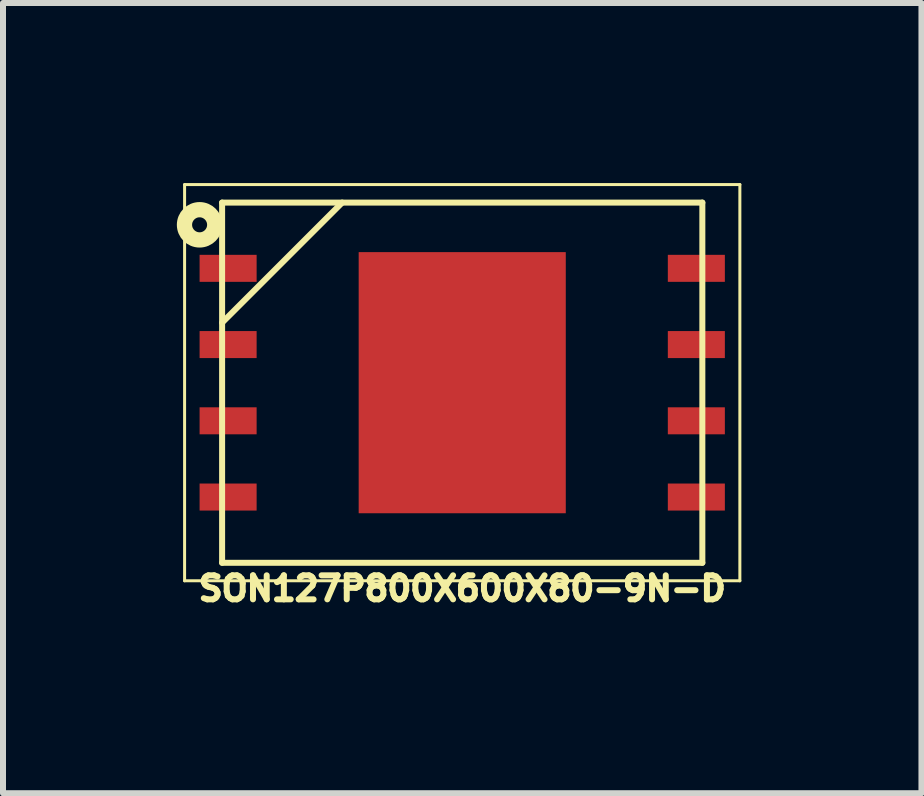
<source format=kicad_pcb>
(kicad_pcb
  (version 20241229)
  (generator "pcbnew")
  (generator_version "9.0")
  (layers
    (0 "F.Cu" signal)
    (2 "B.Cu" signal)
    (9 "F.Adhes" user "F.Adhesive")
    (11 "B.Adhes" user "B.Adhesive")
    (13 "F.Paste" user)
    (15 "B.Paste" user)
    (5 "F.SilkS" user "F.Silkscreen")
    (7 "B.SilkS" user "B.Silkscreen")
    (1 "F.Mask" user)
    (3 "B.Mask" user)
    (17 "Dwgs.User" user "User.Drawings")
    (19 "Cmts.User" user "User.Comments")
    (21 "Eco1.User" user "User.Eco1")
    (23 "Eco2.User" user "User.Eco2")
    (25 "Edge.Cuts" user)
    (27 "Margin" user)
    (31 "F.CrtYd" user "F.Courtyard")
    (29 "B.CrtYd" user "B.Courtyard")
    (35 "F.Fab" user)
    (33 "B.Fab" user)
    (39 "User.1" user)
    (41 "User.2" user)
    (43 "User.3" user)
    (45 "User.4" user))
  (footprint "SON127P800X600X80-9N-D"
    (layer "F.Cu")
    (at 4.65 3.325)
    (property "Reference" "SON127P800X600X80-9N-D" (at 0 3.429 180) (layer "F.SilkS") (effects (font (size 0.4 0.4) (thickness 0.1))))
    (attr smd)
    (fp_line (start -4.625 -3.3) (end 4.625 -3.3) (stroke (width 0.05) (type solid)) (layer "F.SilkS"))
    (fp_line (start -4.625 3.3) (end -4.625 -3.3) (stroke (width 0.05) (type solid)) (layer "F.SilkS"))
    (fp_line (start -4 -3) (end 4 -3) (stroke (width 0.1) (type solid)) (layer "F.SilkS"))
    (fp_line (start -4 -1) (end -2 -3) (stroke (width 0.1) (type solid)) (layer "F.SilkS"))
    (fp_line (start -4 3) (end -4 -3) (stroke (width 0.1) (type solid)) (layer "F.SilkS"))
    (fp_line (start 4 -3) (end 4 3) (stroke (width 0.1) (type solid)) (layer "F.SilkS"))
    (fp_line (start 4 3) (end -4 3) (stroke (width 0.1) (type solid)) (layer "F.SilkS"))
    (fp_line (start 4.625 -3.3) (end 4.625 3.3) (stroke (width 0.05) (type solid)) (layer "F.SilkS"))
    (fp_line (start 4.625 3.3) (end -4.625 3.3) (stroke (width 0.05) (type solid)) (layer "F.SilkS"))
    (fp_circle (center -4.375 -2.63) (end -4.25 -2.63) (stroke (width 0.254) (type solid)) (fill no) (layer "F.SilkS"))
    (pad "1" smd rect (at -3.9 -1.905 90) (size 0.45 0.95) (layers "F.Cu" "F.Mask" "F.Paste"))
    (pad "2" smd rect (at -3.9 -0.635 90) (size 0.45 0.95) (layers "F.Cu" "F.Mask" "F.Paste"))
    (pad "3" smd rect (at -3.9 0.635 90) (size 0.45 0.95) (layers "F.Cu" "F.Mask" "F.Paste"))
    (pad "4" smd rect (at -3.9 1.905 90) (size 0.45 0.95) (layers "F.Cu" "F.Mask" "F.Paste"))
    (pad "5" smd rect (at 3.9 1.905 90) (size 0.45 0.95) (layers "F.Cu" "F.Mask" "F.Paste"))
    (pad "6" smd rect (at 3.9 0.635 90) (size 0.45 0.95) (layers "F.Cu" "F.Mask" "F.Paste"))
    (pad "7" smd rect (at 3.9 -0.635 90) (size 0.45 0.95) (layers "F.Cu" "F.Mask" "F.Paste"))
    (pad "8" smd rect (at 3.9 -1.905 90) (size 0.45 0.95) (layers "F.Cu" "F.Mask" "F.Paste"))
    (pad "9" smd rect (at 0 0) (size 3.45 4.35) (layers "F.Cu" "F.Mask" "F.Paste")))
  (gr_rect
    (start -3 -3)
    (end 12.3 10.164)
    (stroke (width 0.1) (type default))
    (fill no)
    (layer "Edge.Cuts")))
</source>
